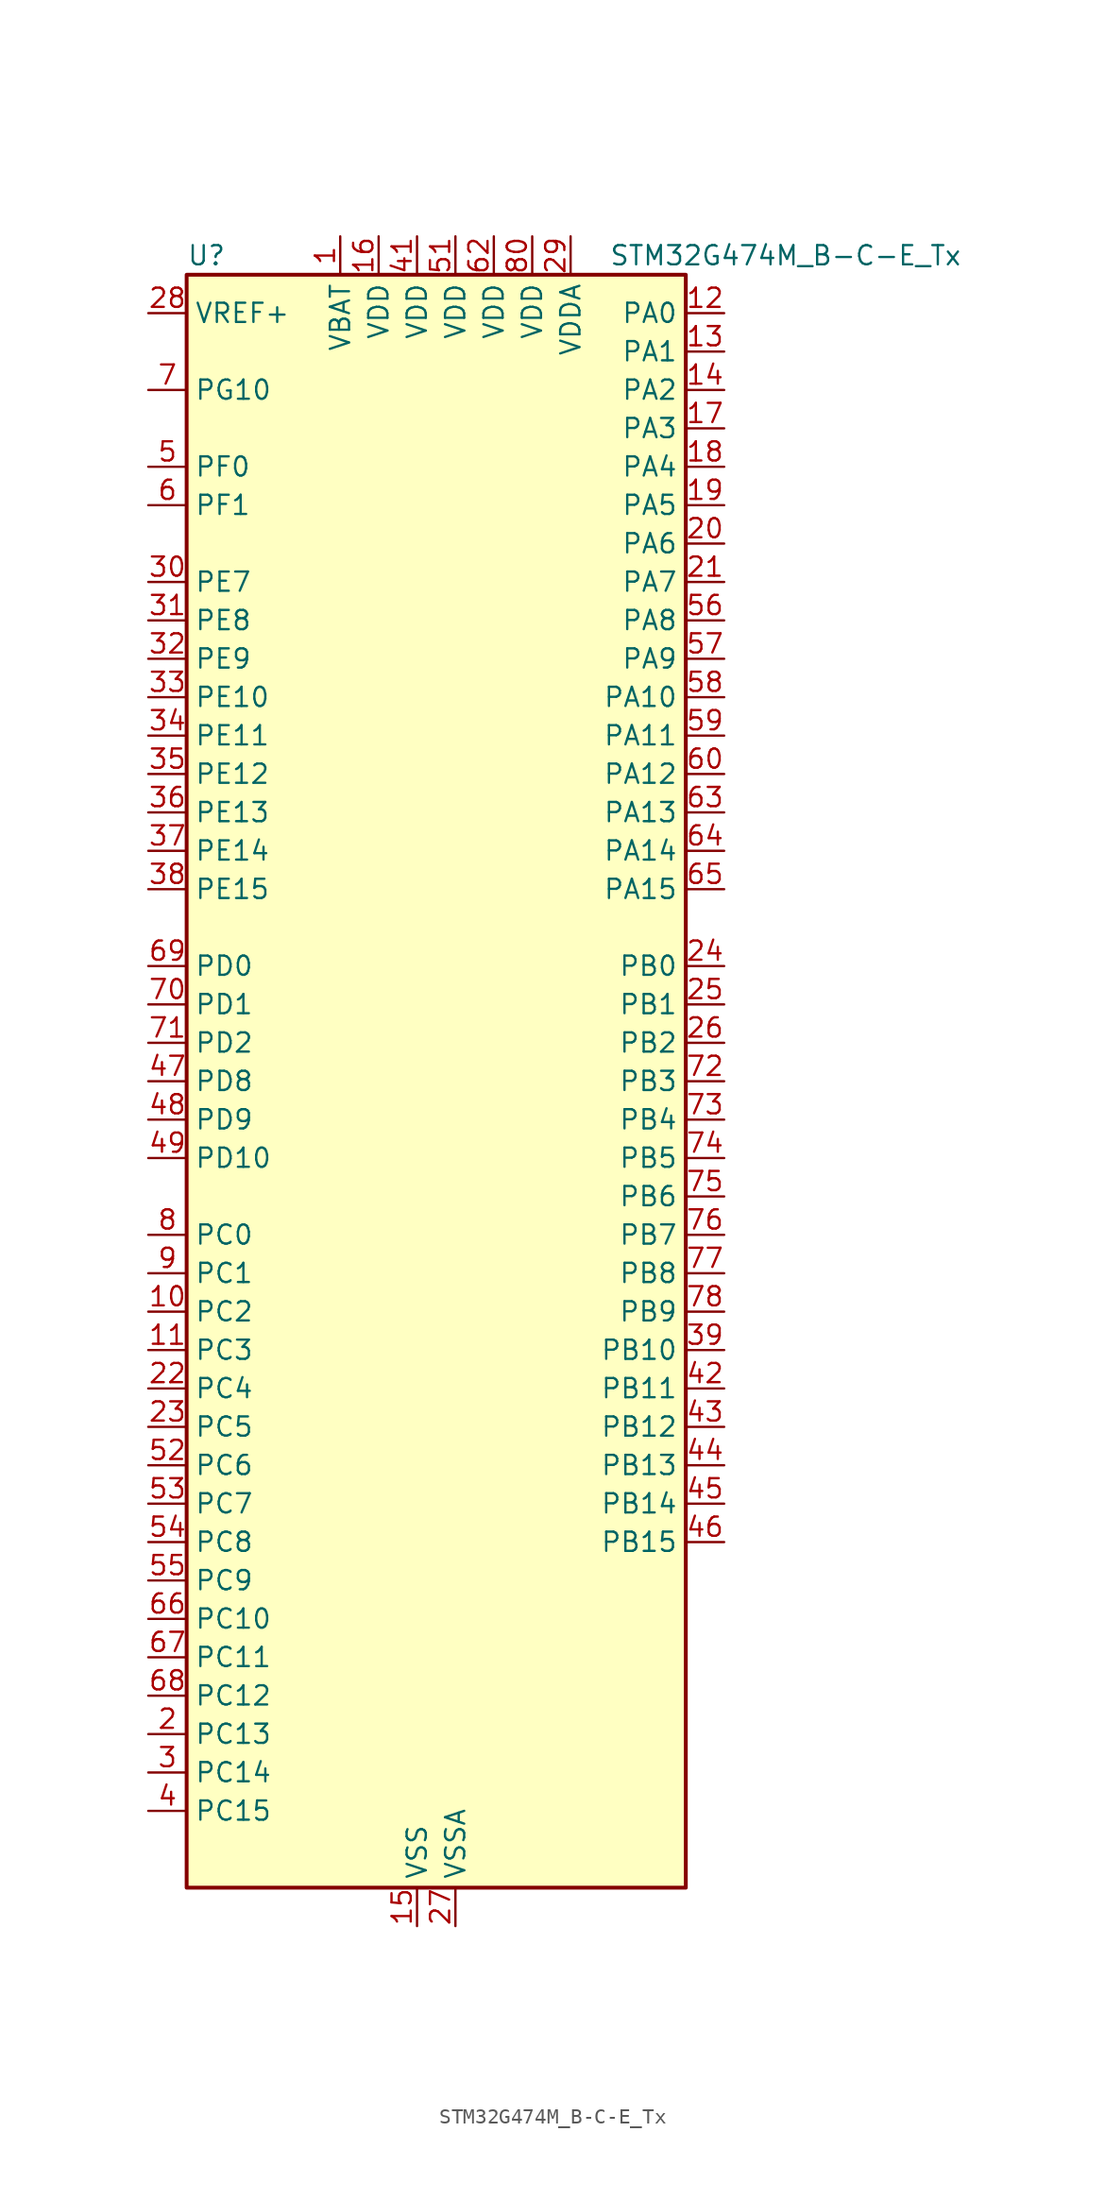
<source format=kicad_sym>
(kicad_symbol_lib
  (version 20220914)
  (generator kicad_symbol_editor)
  (symbol "STM32G474M_B-C-E_Tx"
    (property "Reference" "U"
      (at -15.24 54.61 0)
      (effects (font (size 1.27 1.27)) (justify left)))
    (property "Value" "STM32G474M_B-C-E_Tx"
      (at 12.7 54.61 0)
      (effects (font (size 1.27 1.27)) (justify left)))
    (property "ki_locked" ""
      (at 0 0 0)
      (effects (font (size 1.27 1.27))))
    (symbol "STM32G474M_B-C-E_Tx_0_1"
      (rectangle (start -15.24 -53.34) (end 17.78 53.34) (stroke (width 0.254) (type default)) (fill (type background))))
    (symbol "STM32G474M_B-C-E_Tx_1_1"
      (pin power_in line (at -5.08 55.88 270) (length 2.54) (name "VBAT" (effects (font (size 1.27 1.27)))) (number "1" (effects (font (size 1.27 1.27)))))
      (pin bidirectional line (at -17.78 -15.24 0) (length 2.54) (name "PC2" (effects (font (size 1.27 1.27)))) (number "10" (effects (font (size 1.27 1.27)))) (alternate "ADC1_IN8" bidirectional line) (alternate "ADC2_IN8" bidirectional line) (alternate "ADC3_EXTI2" bidirectional line) (alternate "ADC4_EXTI2" bidirectional line) (alternate "ADC5_EXTI2" bidirectional line) (alternate "COMP3_OUT" bidirectional line) (alternate "LPTIM1_IN2" bidirectional line) (alternate "QUADSPI1_BK2_IO1" bidirectional line) (alternate "TIM1_CH3" bidirectional line) (alternate "TIM20_CH2" bidirectional line))
      (pin bidirectional line (at -17.78 -17.78 0) (length 2.54) (name "PC3" (effects (font (size 1.27 1.27)))) (number "11" (effects (font (size 1.27 1.27)))) (alternate "ADC1_IN9" bidirectional line) (alternate "ADC2_IN9" bidirectional line) (alternate "ADC3_EXTI3" bidirectional line) (alternate "ADC4_EXTI3" bidirectional line) (alternate "ADC5_EXTI3" bidirectional line) (alternate "LPTIM1_ETR" bidirectional line) (alternate "OPAMP5_VINP" bidirectional line) (alternate "OPAMP5_VINP_SEC" bidirectional line) (alternate "QUADSPI1_BK2_IO2" bidirectional line) (alternate "SAI1_D1" bidirectional line) (alternate "SAI1_SD_A" bidirectional line) (alternate "TIM1_BKIN2" bidirectional line) (alternate "TIM1_CH4" bidirectional line))
      (pin bidirectional line (at 20.32 50.8 180) (length 2.54) (name "PA0" (effects (font (size 1.27 1.27)))) (number "12" (effects (font (size 1.27 1.27)))) (alternate "ADC1_IN1" bidirectional line) (alternate "ADC2_IN1" bidirectional line) (alternate "COMP1_INM" bidirectional line) (alternate "COMP1_OUT" bidirectional line) (alternate "COMP3_INP" bidirectional line) (alternate "RTC_TAMP2" bidirectional line) (alternate "SYS_WKUP1" bidirectional line) (alternate "TIM2_CH1" bidirectional line) (alternate "TIM2_ETR" bidirectional line) (alternate "TIM5_CH1" bidirectional line) (alternate "TIM8_BKIN" bidirectional line) (alternate "TIM8_ETR" bidirectional line) (alternate "USART2_CTS" bidirectional line) (alternate "USART2_NSS" bidirectional line))
      (pin bidirectional line (at 20.32 48.26 180) (length 2.54) (name "PA1" (effects (font (size 1.27 1.27)))) (number "13" (effects (font (size 1.27 1.27)))) (alternate "ADC1_IN2" bidirectional line) (alternate "ADC2_IN2" bidirectional line) (alternate "COMP1_INP" bidirectional line) (alternate "OPAMP1_VINP" bidirectional line) (alternate "OPAMP1_VINP_SEC" bidirectional line) (alternate "OPAMP3_VINP" bidirectional line) (alternate "OPAMP3_VINP_SEC" bidirectional line) (alternate "OPAMP6_VINM" bidirectional line) (alternate "OPAMP6_VINM0" bidirectional line) (alternate "OPAMP6_VINM_SEC" bidirectional line) (alternate "RTC_REFIN" bidirectional line) (alternate "TIM15_CH1N" bidirectional line) (alternate "TIM2_CH2" bidirectional line) (alternate "TIM5_CH2" bidirectional line) (alternate "USART2_DE" bidirectional line) (alternate "USART2_RTS" bidirectional line))
      (pin bidirectional line (at 20.32 45.72 180) (length 2.54) (name "PA2" (effects (font (size 1.27 1.27)))) (number "14" (effects (font (size 1.27 1.27)))) (alternate "ADC1_IN3" bidirectional line) (alternate "ADC3_EXTI2" bidirectional line) (alternate "ADC4_EXTI2" bidirectional line) (alternate "ADC5_EXTI2" bidirectional line) (alternate "COMP2_INM" bidirectional line) (alternate "COMP2_OUT" bidirectional line) (alternate "LPUART1_TX" bidirectional line) (alternate "OPAMP1_VOUT" bidirectional line) (alternate "QUADSPI1_BK1_NCS" bidirectional line) (alternate "RCC_LSCO" bidirectional line) (alternate "SYS_WKUP4" bidirectional line) (alternate "TIM15_CH1" bidirectional line) (alternate "TIM2_CH3" bidirectional line) (alternate "TIM5_CH3" bidirectional line) (alternate "UCPD1_FRSTX1" bidirectional line) (alternate "UCPD1_FRSTX2" bidirectional line) (alternate "USART2_TX" bidirectional line))
      (pin power_in line (at 0 -55.88 90) (length 2.54) (name "VSS" (effects (font (size 1.27 1.27)))) (number "15" (effects (font (size 1.27 1.27)))))
      (pin power_in line (at -2.54 55.88 270) (length 2.54) (name "VDD" (effects (font (size 1.27 1.27)))) (number "16" (effects (font (size 1.27 1.27)))))
      (pin bidirectional line (at 20.32 43.18 180) (length 2.54) (name "PA3" (effects (font (size 1.27 1.27)))) (number "17" (effects (font (size 1.27 1.27)))) (alternate "ADC1_IN4" bidirectional line) (alternate "ADC3_EXTI3" bidirectional line) (alternate "ADC4_EXTI3" bidirectional line) (alternate "ADC5_EXTI3" bidirectional line) (alternate "COMP2_INP" bidirectional line) (alternate "LPUART1_RX" bidirectional line) (alternate "OPAMP1_VINM" bidirectional line) (alternate "OPAMP1_VINM0" bidirectional line) (alternate "OPAMP1_VINM_SEC" bidirectional line) (alternate "OPAMP1_VINP" bidirectional line) (alternate "OPAMP1_VINP_SEC" bidirectional line) (alternate "OPAMP5_VINM" bidirectional line) (alternate "OPAMP5_VINM1" bidirectional line) (alternate "OPAMP5_VINM_SEC" bidirectional line) (alternate "QUADSPI1_CLK" bidirectional line) (alternate "SAI1_CK1" bidirectional line) (alternate "SAI1_MCLK_A" bidirectional line) (alternate "TIM15_CH2" bidirectional line) (alternate "TIM2_CH4" bidirectional line) (alternate "TIM5_CH4" bidirectional line) (alternate "USART2_RX" bidirectional line))
      (pin bidirectional line (at 20.32 40.64 180) (length 2.54) (name "PA4" (effects (font (size 1.27 1.27)))) (number "18" (effects (font (size 1.27 1.27)))) (alternate "ADC2_IN17" bidirectional line) (alternate "COMP1_INM" bidirectional line) (alternate "DAC1_OUT1" bidirectional line) (alternate "I2S3_WS" bidirectional line) (alternate "SAI1_FS_B" bidirectional line) (alternate "SPI1_NSS" bidirectional line) (alternate "SPI3_NSS" bidirectional line) (alternate "TIM3_CH2" bidirectional line) (alternate "USART2_CK" bidirectional line))
      (pin bidirectional line (at 20.32 38.1 180) (length 2.54) (name "PA5" (effects (font (size 1.27 1.27)))) (number "19" (effects (font (size 1.27 1.27)))) (alternate "ADC2_IN13" bidirectional line) (alternate "COMP2_INM" bidirectional line) (alternate "DAC1_OUT2" bidirectional line) (alternate "OPAMP2_VINM" bidirectional line) (alternate "OPAMP2_VINM0" bidirectional line) (alternate "OPAMP2_VINM_SEC" bidirectional line) (alternate "SPI1_SCK" bidirectional line) (alternate "TIM2_CH1" bidirectional line) (alternate "TIM2_ETR" bidirectional line) (alternate "UCPD1_FRSTX1" bidirectional line) (alternate "UCPD1_FRSTX2" bidirectional line))
      (pin bidirectional line (at -17.78 -43.18 0) (length 2.54) (name "PC13" (effects (font (size 1.27 1.27)))) (number "2" (effects (font (size 1.27 1.27)))) (alternate "RTC_OUT1" bidirectional line) (alternate "RTC_TAMP1" bidirectional line) (alternate "RTC_TS" bidirectional line) (alternate "SYS_WKUP2" bidirectional line) (alternate "TIM1_BKIN" bidirectional line) (alternate "TIM1_CH1N" bidirectional line) (alternate "TIM8_CH4N" bidirectional line))
      (pin bidirectional line (at 20.32 35.56 180) (length 2.54) (name "PA6" (effects (font (size 1.27 1.27)))) (number "20" (effects (font (size 1.27 1.27)))) (alternate "ADC2_IN3" bidirectional line) (alternate "COMP1_OUT" bidirectional line) (alternate "DAC2_OUT1" bidirectional line) (alternate "LPUART1_CTS" bidirectional line) (alternate "OPAMP2_VOUT" bidirectional line) (alternate "QUADSPI1_BK1_IO3" bidirectional line) (alternate "SPI1_MISO" bidirectional line) (alternate "TIM16_CH1" bidirectional line) (alternate "TIM1_BKIN" bidirectional line) (alternate "TIM3_CH1" bidirectional line) (alternate "TIM8_BKIN" bidirectional line))
      (pin bidirectional line (at 20.32 33.02 180) (length 2.54) (name "PA7" (effects (font (size 1.27 1.27)))) (number "21" (effects (font (size 1.27 1.27)))) (alternate "ADC2_IN4" bidirectional line) (alternate "COMP2_INP" bidirectional line) (alternate "COMP2_OUT" bidirectional line) (alternate "OPAMP1_VINP" bidirectional line) (alternate "OPAMP1_VINP_SEC" bidirectional line) (alternate "OPAMP2_VINP" bidirectional line) (alternate "OPAMP2_VINP_SEC" bidirectional line) (alternate "QUADSPI1_BK1_IO2" bidirectional line) (alternate "SPI1_MOSI" bidirectional line) (alternate "TIM17_CH1" bidirectional line) (alternate "TIM1_CH1N" bidirectional line) (alternate "TIM3_CH2" bidirectional line) (alternate "TIM8_CH1N" bidirectional line) (alternate "UCPD1_FRSTX1" bidirectional line) (alternate "UCPD1_FRSTX2" bidirectional line))
      (pin bidirectional line (at -17.78 -20.32 0) (length 2.54) (name "PC4" (effects (font (size 1.27 1.27)))) (number "22" (effects (font (size 1.27 1.27)))) (alternate "ADC2_IN5" bidirectional line) (alternate "I2C2_SCL" bidirectional line) (alternate "QUADSPI1_BK2_IO3" bidirectional line) (alternate "TIM1_ETR" bidirectional line) (alternate "USART1_TX" bidirectional line))
      (pin bidirectional line (at -17.78 -22.86 0) (length 2.54) (name "PC5" (effects (font (size 1.27 1.27)))) (number "23" (effects (font (size 1.27 1.27)))) (alternate "ADC2_IN11" bidirectional line) (alternate "HRTIM1_EEV10" bidirectional line) (alternate "OPAMP1_VINM" bidirectional line) (alternate "OPAMP1_VINM1" bidirectional line) (alternate "OPAMP1_VINM_SEC" bidirectional line) (alternate "OPAMP2_VINM" bidirectional line) (alternate "OPAMP2_VINM1" bidirectional line) (alternate "OPAMP2_VINM_SEC" bidirectional line) (alternate "SAI1_D3" bidirectional line) (alternate "SYS_WKUP5" bidirectional line) (alternate "TIM15_BKIN" bidirectional line) (alternate "TIM1_CH4N" bidirectional line) (alternate "USART1_RX" bidirectional line))
      (pin bidirectional line (at 20.32 7.62 180) (length 2.54) (name "PB0" (effects (font (size 1.27 1.27)))) (number "24" (effects (font (size 1.27 1.27)))) (alternate "ADC1_IN15" bidirectional line) (alternate "ADC3_IN12" bidirectional line) (alternate "COMP4_INP" bidirectional line) (alternate "HRTIM1_FLT5" bidirectional line) (alternate "OPAMP2_VINP" bidirectional line) (alternate "OPAMP2_VINP_SEC" bidirectional line) (alternate "OPAMP3_VINP" bidirectional line) (alternate "OPAMP3_VINP_SEC" bidirectional line) (alternate "QUADSPI1_BK1_IO1" bidirectional line) (alternate "TIM1_CH2N" bidirectional line) (alternate "TIM3_CH3" bidirectional line) (alternate "TIM8_CH2N" bidirectional line) (alternate "UCPD1_FRSTX1" bidirectional line) (alternate "UCPD1_FRSTX2" bidirectional line))
      (pin bidirectional line (at 20.32 5.08 180) (length 2.54) (name "PB1" (effects (font (size 1.27 1.27)))) (number "25" (effects (font (size 1.27 1.27)))) (alternate "ADC1_IN12" bidirectional line) (alternate "ADC3_IN1" bidirectional line) (alternate "COMP1_INP" bidirectional line) (alternate "COMP4_OUT" bidirectional line) (alternate "HRTIM1_SCOUT" bidirectional line) (alternate "LPUART1_DE" bidirectional line) (alternate "LPUART1_RTS" bidirectional line) (alternate "OPAMP3_VOUT" bidirectional line) (alternate "OPAMP6_VINM" bidirectional line) (alternate "OPAMP6_VINM1" bidirectional line) (alternate "OPAMP6_VINM_SEC" bidirectional line) (alternate "QUADSPI1_BK1_IO0" bidirectional line) (alternate "TIM1_CH3N" bidirectional line) (alternate "TIM3_CH4" bidirectional line) (alternate "TIM8_CH3N" bidirectional line))
      (pin bidirectional line (at 20.32 2.54 180) (length 2.54) (name "PB2" (effects (font (size 1.27 1.27)))) (number "26" (effects (font (size 1.27 1.27)))) (alternate "ADC2_IN12" bidirectional line) (alternate "ADC3_EXTI2" bidirectional line) (alternate "ADC4_EXTI2" bidirectional line) (alternate "ADC5_EXTI2" bidirectional line) (alternate "COMP4_INM" bidirectional line) (alternate "HRTIM1_SCIN" bidirectional line) (alternate "I2C3_SMBA" bidirectional line) (alternate "LPTIM1_OUT" bidirectional line) (alternate "OPAMP3_VINM" bidirectional line) (alternate "OPAMP3_VINM0" bidirectional line) (alternate "OPAMP3_VINM_SEC" bidirectional line) (alternate "QUADSPI1_BK2_IO1" bidirectional line) (alternate "RTC_OUT2" bidirectional line) (alternate "TIM20_CH1" bidirectional line) (alternate "TIM5_CH1" bidirectional line))
      (pin power_in line (at 2.54 -55.88 90) (length 2.54) (name "VSSA" (effects (font (size 1.27 1.27)))) (number "27" (effects (font (size 1.27 1.27)))))
      (pin input line (at -17.78 50.8 0) (length 2.54) (name "VREF+" (effects (font (size 1.27 1.27)))) (number "28" (effects (font (size 1.27 1.27)))) (alternate "VREFBUF_OUT" bidirectional line))
      (pin power_in line (at 10.16 55.88 270) (length 2.54) (name "VDDA" (effects (font (size 1.27 1.27)))) (number "29" (effects (font (size 1.27 1.27)))))
      (pin bidirectional line (at -17.78 -45.72 0) (length 2.54) (name "PC14" (effects (font (size 1.27 1.27)))) (number "3" (effects (font (size 1.27 1.27)))) (alternate "RCC_OSC32_IN" bidirectional line))
      (pin bidirectional line (at -17.78 33.02 0) (length 2.54) (name "PE7" (effects (font (size 1.27 1.27)))) (number "30" (effects (font (size 1.27 1.27)))) (alternate "ADC3_IN4" bidirectional line) (alternate "COMP4_INP" bidirectional line) (alternate "SAI1_SD_B" bidirectional line) (alternate "TIM1_ETR" bidirectional line))
      (pin bidirectional line (at -17.78 30.48 0) (length 2.54) (name "PE8" (effects (font (size 1.27 1.27)))) (number "31" (effects (font (size 1.27 1.27)))) (alternate "ADC3_IN6" bidirectional line) (alternate "ADC4_IN6" bidirectional line) (alternate "ADC5_IN6" bidirectional line) (alternate "COMP4_INM" bidirectional line) (alternate "SAI1_SCK_B" bidirectional line) (alternate "TIM1_CH1N" bidirectional line) (alternate "TIM5_CH3" bidirectional line))
      (pin bidirectional line (at -17.78 27.94 0) (length 2.54) (name "PE9" (effects (font (size 1.27 1.27)))) (number "32" (effects (font (size 1.27 1.27)))) (alternate "ADC3_IN2" bidirectional line) (alternate "DAC1_EXTI9" bidirectional line) (alternate "DAC2_EXTI9" bidirectional line) (alternate "DAC3_EXTI9" bidirectional line) (alternate "DAC4_EXTI9" bidirectional line) (alternate "SAI1_FS_B" bidirectional line) (alternate "TIM1_CH1" bidirectional line) (alternate "TIM5_CH4" bidirectional line))
      (pin bidirectional line (at -17.78 25.4 0) (length 2.54) (name "PE10" (effects (font (size 1.27 1.27)))) (number "33" (effects (font (size 1.27 1.27)))) (alternate "ADC3_IN14" bidirectional line) (alternate "ADC4_IN14" bidirectional line) (alternate "ADC5_IN14" bidirectional line) (alternate "DAC1_EXTI10" bidirectional line) (alternate "DAC2_EXTI10" bidirectional line) (alternate "DAC3_EXTI10" bidirectional line) (alternate "DAC4_EXTI10" bidirectional line) (alternate "QUADSPI1_CLK" bidirectional line) (alternate "SAI1_MCLK_B" bidirectional line) (alternate "TIM1_CH2N" bidirectional line))
      (pin bidirectional line (at -17.78 22.86 0) (length 2.54) (name "PE11" (effects (font (size 1.27 1.27)))) (number "34" (effects (font (size 1.27 1.27)))) (alternate "ADC1_EXTI11" bidirectional line) (alternate "ADC2_EXTI11" bidirectional line) (alternate "ADC3_IN15" bidirectional line) (alternate "ADC4_IN15" bidirectional line) (alternate "ADC5_IN15" bidirectional line) (alternate "QUADSPI1_BK1_NCS" bidirectional line) (alternate "SPI4_NSS" bidirectional line) (alternate "TIM1_CH2" bidirectional line))
      (pin bidirectional line (at -17.78 20.32 0) (length 2.54) (name "PE12" (effects (font (size 1.27 1.27)))) (number "35" (effects (font (size 1.27 1.27)))) (alternate "ADC3_IN16" bidirectional line) (alternate "ADC4_IN16" bidirectional line) (alternate "ADC5_IN16" bidirectional line) (alternate "QUADSPI1_BK1_IO0" bidirectional line) (alternate "SPI4_SCK" bidirectional line) (alternate "TIM1_CH3N" bidirectional line))
      (pin bidirectional line (at -17.78 17.78 0) (length 2.54) (name "PE13" (effects (font (size 1.27 1.27)))) (number "36" (effects (font (size 1.27 1.27)))) (alternate "ADC3_IN3" bidirectional line) (alternate "QUADSPI1_BK1_IO1" bidirectional line) (alternate "SPI4_MISO" bidirectional line) (alternate "TIM1_CH3" bidirectional line))
      (pin bidirectional line (at -17.78 15.24 0) (length 2.54) (name "PE14" (effects (font (size 1.27 1.27)))) (number "37" (effects (font (size 1.27 1.27)))) (alternate "ADC4_IN1" bidirectional line) (alternate "QUADSPI1_BK1_IO2" bidirectional line) (alternate "SPI4_MOSI" bidirectional line) (alternate "TIM1_BKIN2" bidirectional line) (alternate "TIM1_CH4" bidirectional line))
      (pin bidirectional line (at -17.78 12.7 0) (length 2.54) (name "PE15" (effects (font (size 1.27 1.27)))) (number "38" (effects (font (size 1.27 1.27)))) (alternate "ADC1_EXTI15" bidirectional line) (alternate "ADC2_EXTI15" bidirectional line) (alternate "ADC4_IN2" bidirectional line) (alternate "QUADSPI1_BK1_IO3" bidirectional line) (alternate "TIM1_BKIN" bidirectional line) (alternate "TIM1_CH4N" bidirectional line) (alternate "USART3_RX" bidirectional line))
      (pin bidirectional line (at 20.32 -17.78 180) (length 2.54) (name "PB10" (effects (font (size 1.27 1.27)))) (number "39" (effects (font (size 1.27 1.27)))) (alternate "COMP5_INM" bidirectional line) (alternate "DAC1_EXTI10" bidirectional line) (alternate "DAC2_EXTI10" bidirectional line) (alternate "DAC3_EXTI10" bidirectional line) (alternate "DAC4_EXTI10" bidirectional line) (alternate "HRTIM1_FLT3" bidirectional line) (alternate "LPUART1_RX" bidirectional line) (alternate "OPAMP3_VINM" bidirectional line) (alternate "OPAMP3_VINM1" bidirectional line) (alternate "OPAMP3_VINM_SEC" bidirectional line) (alternate "OPAMP4_VINM" bidirectional line) (alternate "OPAMP4_VINM0" bidirectional line) (alternate "OPAMP4_VINM_SEC" bidirectional line) (alternate "QUADSPI1_CLK" bidirectional line) (alternate "SAI1_SCK_A" bidirectional line) (alternate "TIM1_BKIN" bidirectional line) (alternate "TIM2_CH3" bidirectional line) (alternate "USART3_TX" bidirectional line))
      (pin bidirectional line (at -17.78 -48.26 0) (length 2.54) (name "PC15" (effects (font (size 1.27 1.27)))) (number "4" (effects (font (size 1.27 1.27)))) (alternate "ADC1_EXTI15" bidirectional line) (alternate "ADC2_EXTI15" bidirectional line) (alternate "RCC_OSC32_OUT" bidirectional line))
      (pin passive line (at 0 -55.88 90) (length 2.54) hide (name "VSS" (effects (font (size 1.27 1.27)))) (number "40" (effects (font (size 1.27 1.27)))))
      (pin power_in line (at 0 55.88 270) (length 2.54) (name "VDD" (effects (font (size 1.27 1.27)))) (number "41" (effects (font (size 1.27 1.27)))))
      (pin bidirectional line (at 20.32 -20.32 180) (length 2.54) (name "PB11" (effects (font (size 1.27 1.27)))) (number "42" (effects (font (size 1.27 1.27)))) (alternate "ADC1_EXTI11" bidirectional line) (alternate "ADC1_IN14" bidirectional line) (alternate "ADC2_EXTI11" bidirectional line) (alternate "ADC2_IN14" bidirectional line) (alternate "COMP6_INP" bidirectional line) (alternate "HRTIM1_FLT4" bidirectional line) (alternate "LPUART1_TX" bidirectional line) (alternate "OPAMP4_VINP" bidirectional line) (alternate "OPAMP4_VINP_SEC" bidirectional line) (alternate "OPAMP6_VOUT" bidirectional line) (alternate "QUADSPI1_BK1_NCS" bidirectional line) (alternate "TIM2_CH4" bidirectional line) (alternate "USART3_RX" bidirectional line))
      (pin bidirectional line (at 20.32 -22.86 180) (length 2.54) (name "PB12" (effects (font (size 1.27 1.27)))) (number "43" (effects (font (size 1.27 1.27)))) (alternate "ADC1_IN11" bidirectional line) (alternate "ADC4_IN3" bidirectional line) (alternate "COMP7_INM" bidirectional line) (alternate "FDCAN2_RX" bidirectional line) (alternate "HRTIM1_CHC1" bidirectional line) (alternate "I2C2_SMBA" bidirectional line) (alternate "I2S2_WS" bidirectional line) (alternate "LPUART1_DE" bidirectional line) (alternate "LPUART1_RTS" bidirectional line) (alternate "OPAMP4_VOUT" bidirectional line) (alternate "OPAMP6_VINP" bidirectional line) (alternate "OPAMP6_VINP_SEC" bidirectional line) (alternate "SPI2_NSS" bidirectional line) (alternate "TIM1_BKIN" bidirectional line) (alternate "TIM5_ETR" bidirectional line) (alternate "USART3_CK" bidirectional line))
      (pin bidirectional line (at 20.32 -25.4 180) (length 2.54) (name "PB13" (effects (font (size 1.27 1.27)))) (number "44" (effects (font (size 1.27 1.27)))) (alternate "ADC3_IN5" bidirectional line) (alternate "COMP5_INP" bidirectional line) (alternate "FDCAN2_TX" bidirectional line) (alternate "HRTIM1_CHC2" bidirectional line) (alternate "I2S2_CK" bidirectional line) (alternate "LPUART1_CTS" bidirectional line) (alternate "OPAMP3_VINP" bidirectional line) (alternate "OPAMP3_VINP_SEC" bidirectional line) (alternate "OPAMP4_VINP" bidirectional line) (alternate "OPAMP4_VINP_SEC" bidirectional line) (alternate "OPAMP6_VINP" bidirectional line) (alternate "OPAMP6_VINP_SEC" bidirectional line) (alternate "SPI2_SCK" bidirectional line) (alternate "TIM1_CH1N" bidirectional line) (alternate "USART3_CTS" bidirectional line) (alternate "USART3_NSS" bidirectional line))
      (pin bidirectional line (at 20.32 -27.94 180) (length 2.54) (name "PB14" (effects (font (size 1.27 1.27)))) (number "45" (effects (font (size 1.27 1.27)))) (alternate "ADC1_IN5" bidirectional line) (alternate "ADC4_IN4" bidirectional line) (alternate "COMP4_OUT" bidirectional line) (alternate "COMP7_INP" bidirectional line) (alternate "HRTIM1_CHD1" bidirectional line) (alternate "OPAMP2_VINP" bidirectional line) (alternate "OPAMP2_VINP_SEC" bidirectional line) (alternate "OPAMP5_VINP" bidirectional line) (alternate "OPAMP5_VINP_SEC" bidirectional line) (alternate "SPI2_MISO" bidirectional line) (alternate "TIM15_CH1" bidirectional line) (alternate "TIM1_CH2N" bidirectional line) (alternate "USART3_DE" bidirectional line) (alternate "USART3_RTS" bidirectional line))
      (pin bidirectional line (at 20.32 -30.48 180) (length 2.54) (name "PB15" (effects (font (size 1.27 1.27)))) (number "46" (effects (font (size 1.27 1.27)))) (alternate "ADC1_EXTI15" bidirectional line) (alternate "ADC2_EXTI15" bidirectional line) (alternate "ADC2_IN15" bidirectional line) (alternate "ADC4_IN5" bidirectional line) (alternate "COMP3_OUT" bidirectional line) (alternate "COMP6_INM" bidirectional line) (alternate "HRTIM1_CHD2" bidirectional line) (alternate "I2S2_SD" bidirectional line) (alternate "OPAMP5_VINM" bidirectional line) (alternate "OPAMP5_VINM0" bidirectional line) (alternate "OPAMP5_VINM_SEC" bidirectional line) (alternate "RTC_REFIN" bidirectional line) (alternate "SPI2_MOSI" bidirectional line) (alternate "TIM15_CH1N" bidirectional line) (alternate "TIM15_CH2" bidirectional line) (alternate "TIM1_CH3N" bidirectional line))
      (pin bidirectional line (at -17.78 0 0) (length 2.54) (name "PD8" (effects (font (size 1.27 1.27)))) (number "47" (effects (font (size 1.27 1.27)))) (alternate "ADC4_IN12" bidirectional line) (alternate "ADC5_IN12" bidirectional line) (alternate "OPAMP4_VINM" bidirectional line) (alternate "OPAMP4_VINM1" bidirectional line) (alternate "OPAMP4_VINM_SEC" bidirectional line) (alternate "USART3_TX" bidirectional line))
      (pin bidirectional line (at -17.78 -2.54 0) (length 2.54) (name "PD9" (effects (font (size 1.27 1.27)))) (number "48" (effects (font (size 1.27 1.27)))) (alternate "ADC4_IN13" bidirectional line) (alternate "ADC5_IN13" bidirectional line) (alternate "DAC1_EXTI9" bidirectional line) (alternate "DAC2_EXTI9" bidirectional line) (alternate "DAC3_EXTI9" bidirectional line) (alternate "DAC4_EXTI9" bidirectional line) (alternate "OPAMP6_VINP" bidirectional line) (alternate "OPAMP6_VINP_SEC" bidirectional line) (alternate "USART3_RX" bidirectional line))
      (pin bidirectional line (at -17.78 -5.08 0) (length 2.54) (name "PD10" (effects (font (size 1.27 1.27)))) (number "49" (effects (font (size 1.27 1.27)))) (alternate "ADC3_IN7" bidirectional line) (alternate "ADC4_IN7" bidirectional line) (alternate "ADC5_IN7" bidirectional line) (alternate "COMP6_INM" bidirectional line) (alternate "DAC1_EXTI10" bidirectional line) (alternate "DAC2_EXTI10" bidirectional line) (alternate "DAC3_EXTI10" bidirectional line) (alternate "DAC4_EXTI10" bidirectional line) (alternate "USART3_CK" bidirectional line))
      (pin bidirectional line (at -17.78 40.64 0) (length 2.54) (name "PF0" (effects (font (size 1.27 1.27)))) (number "5" (effects (font (size 1.27 1.27)))) (alternate "ADC1_IN10" bidirectional line) (alternate "I2C2_SDA" bidirectional line) (alternate "I2S2_WS" bidirectional line) (alternate "RCC_OSC_IN" bidirectional line) (alternate "SPI2_NSS" bidirectional line) (alternate "TIM1_CH3N" bidirectional line))
      (pin passive line (at 0 -55.88 90) (length 2.54) hide (name "VSS" (effects (font (size 1.27 1.27)))) (number "50" (effects (font (size 1.27 1.27)))))
      (pin power_in line (at 2.54 55.88 270) (length 2.54) (name "VDD" (effects (font (size 1.27 1.27)))) (number "51" (effects (font (size 1.27 1.27)))))
      (pin bidirectional line (at -17.78 -25.4 0) (length 2.54) (name "PC6" (effects (font (size 1.27 1.27)))) (number "52" (effects (font (size 1.27 1.27)))) (alternate "COMP6_OUT" bidirectional line) (alternate "HRTIM1_CHF1" bidirectional line) (alternate "HRTIM1_EEV10" bidirectional line) (alternate "I2C4_SCL" bidirectional line) (alternate "I2S2_MCK" bidirectional line) (alternate "TIM3_CH1" bidirectional line) (alternate "TIM8_CH1" bidirectional line))
      (pin bidirectional line (at -17.78 -27.94 0) (length 2.54) (name "PC7" (effects (font (size 1.27 1.27)))) (number "53" (effects (font (size 1.27 1.27)))) (alternate "COMP5_OUT" bidirectional line) (alternate "HRTIM1_CHF2" bidirectional line) (alternate "HRTIM1_FLT5" bidirectional line) (alternate "I2C4_SDA" bidirectional line) (alternate "I2S3_MCK" bidirectional line) (alternate "TIM3_CH2" bidirectional line) (alternate "TIM8_CH2" bidirectional line))
      (pin bidirectional line (at -17.78 -30.48 0) (length 2.54) (name "PC8" (effects (font (size 1.27 1.27)))) (number "54" (effects (font (size 1.27 1.27)))) (alternate "COMP7_OUT" bidirectional line) (alternate "HRTIM1_CHE1" bidirectional line) (alternate "I2C3_SCL" bidirectional line) (alternate "TIM20_CH3" bidirectional line) (alternate "TIM3_CH3" bidirectional line) (alternate "TIM8_CH3" bidirectional line))
      (pin bidirectional line (at -17.78 -33.02 0) (length 2.54) (name "PC9" (effects (font (size 1.27 1.27)))) (number "55" (effects (font (size 1.27 1.27)))) (alternate "DAC1_EXTI9" bidirectional line) (alternate "DAC2_EXTI9" bidirectional line) (alternate "DAC3_EXTI9" bidirectional line) (alternate "DAC4_EXTI9" bidirectional line) (alternate "HRTIM1_CHE2" bidirectional line) (alternate "I2C3_SDA" bidirectional line) (alternate "I2S_CKIN" bidirectional line) (alternate "TIM3_CH4" bidirectional line) (alternate "TIM8_BKIN2" bidirectional line) (alternate "TIM8_CH4" bidirectional line))
      (pin bidirectional line (at 20.32 30.48 180) (length 2.54) (name "PA8" (effects (font (size 1.27 1.27)))) (number "56" (effects (font (size 1.27 1.27)))) (alternate "ADC5_IN1" bidirectional line) (alternate "COMP7_OUT" bidirectional line) (alternate "FDCAN3_RX" bidirectional line) (alternate "HRTIM1_CHA1" bidirectional line) (alternate "I2C2_SDA" bidirectional line) (alternate "I2C3_SCL" bidirectional line) (alternate "I2S2_MCK" bidirectional line) (alternate "OPAMP5_VOUT" bidirectional line) (alternate "RCC_MCO" bidirectional line) (alternate "SAI1_CK2" bidirectional line) (alternate "SAI1_SCK_A" bidirectional line) (alternate "TIM1_CH1" bidirectional line) (alternate "TIM4_ETR" bidirectional line) (alternate "USART1_CK" bidirectional line))
      (pin bidirectional line (at 20.32 27.94 180) (length 2.54) (name "PA9" (effects (font (size 1.27 1.27)))) (number "57" (effects (font (size 1.27 1.27)))) (alternate "ADC5_IN2" bidirectional line) (alternate "COMP5_OUT" bidirectional line) (alternate "DAC1_EXTI9" bidirectional line) (alternate "DAC2_EXTI9" bidirectional line) (alternate "DAC3_EXTI9" bidirectional line) (alternate "DAC4_EXTI9" bidirectional line) (alternate "HRTIM1_CHA2" bidirectional line) (alternate "I2C2_SCL" bidirectional line) (alternate "I2C3_SMBA" bidirectional line) (alternate "I2S3_MCK" bidirectional line) (alternate "SAI1_FS_A" bidirectional line) (alternate "TIM15_BKIN" bidirectional line) (alternate "TIM1_CH2" bidirectional line) (alternate "TIM2_CH3" bidirectional line) (alternate "UCPD1_DBCC1" bidirectional line) (alternate "USART1_TX" bidirectional line))
      (pin bidirectional line (at 20.32 25.4 180) (length 2.54) (name "PA10" (effects (font (size 1.27 1.27)))) (number "58" (effects (font (size 1.27 1.27)))) (alternate "COMP6_OUT" bidirectional line) (alternate "CRS_SYNC" bidirectional line) (alternate "DAC1_EXTI10" bidirectional line) (alternate "DAC2_EXTI10" bidirectional line) (alternate "DAC3_EXTI10" bidirectional line) (alternate "DAC4_EXTI10" bidirectional line) (alternate "HRTIM1_CHB1" bidirectional line) (alternate "I2C2_SMBA" bidirectional line) (alternate "SAI1_D1" bidirectional line) (alternate "SAI1_SD_A" bidirectional line) (alternate "SPI2_MISO" bidirectional line) (alternate "TIM17_BKIN" bidirectional line) (alternate "TIM1_CH3" bidirectional line) (alternate "TIM2_CH4" bidirectional line) (alternate "TIM8_BKIN" bidirectional line) (alternate "UCPD1_DBCC2" bidirectional line) (alternate "USART1_RX" bidirectional line))
      (pin bidirectional line (at 20.32 22.86 180) (length 2.54) (name "PA11" (effects (font (size 1.27 1.27)))) (number "59" (effects (font (size 1.27 1.27)))) (alternate "ADC1_EXTI11" bidirectional line) (alternate "ADC2_EXTI11" bidirectional line) (alternate "COMP1_OUT" bidirectional line) (alternate "FDCAN1_RX" bidirectional line) (alternate "HRTIM1_CHB2" bidirectional line) (alternate "I2S2_SD" bidirectional line) (alternate "SPI2_MOSI" bidirectional line) (alternate "TIM1_BKIN2" bidirectional line) (alternate "TIM1_CH1N" bidirectional line) (alternate "TIM1_CH4" bidirectional line) (alternate "TIM4_CH1" bidirectional line) (alternate "USART1_CTS" bidirectional line) (alternate "USART1_NSS" bidirectional line) (alternate "USB_DM" bidirectional line))
      (pin bidirectional line (at -17.78 38.1 0) (length 2.54) (name "PF1" (effects (font (size 1.27 1.27)))) (number "6" (effects (font (size 1.27 1.27)))) (alternate "ADC2_IN10" bidirectional line) (alternate "COMP3_INM" bidirectional line) (alternate "I2S2_CK" bidirectional line) (alternate "RCC_OSC_OUT" bidirectional line) (alternate "SPI2_SCK" bidirectional line))
      (pin bidirectional line (at 20.32 20.32 180) (length 2.54) (name "PA12" (effects (font (size 1.27 1.27)))) (number "60" (effects (font (size 1.27 1.27)))) (alternate "COMP2_OUT" bidirectional line) (alternate "FDCAN1_TX" bidirectional line) (alternate "HRTIM1_FLT1" bidirectional line) (alternate "I2S_CKIN" bidirectional line) (alternate "TIM16_CH1" bidirectional line) (alternate "TIM1_CH2N" bidirectional line) (alternate "TIM1_ETR" bidirectional line) (alternate "TIM4_CH2" bidirectional line) (alternate "USART1_DE" bidirectional line) (alternate "USART1_RTS" bidirectional line) (alternate "USB_DP" bidirectional line))
      (pin passive line (at 0 -55.88 90) (length 2.54) hide (name "VSS" (effects (font (size 1.27 1.27)))) (number "61" (effects (font (size 1.27 1.27)))))
      (pin power_in line (at 5.08 55.88 270) (length 2.54) (name "VDD" (effects (font (size 1.27 1.27)))) (number "62" (effects (font (size 1.27 1.27)))))
      (pin bidirectional line (at 20.32 17.78 180) (length 2.54) (name "PA13" (effects (font (size 1.27 1.27)))) (number "63" (effects (font (size 1.27 1.27)))) (alternate "I2C1_SCL" bidirectional line) (alternate "I2C4_SCL" bidirectional line) (alternate "IR_OUT" bidirectional line) (alternate "SAI1_SD_B" bidirectional line) (alternate "SYS_JTMS-SWDIO" bidirectional line) (alternate "TIM16_CH1N" bidirectional line) (alternate "TIM4_CH3" bidirectional line) (alternate "USART3_CTS" bidirectional line) (alternate "USART3_NSS" bidirectional line))
      (pin bidirectional line (at 20.32 15.24 180) (length 2.54) (name "PA14" (effects (font (size 1.27 1.27)))) (number "64" (effects (font (size 1.27 1.27)))) (alternate "I2C1_SDA" bidirectional line) (alternate "I2C4_SMBA" bidirectional line) (alternate "LPTIM1_OUT" bidirectional line) (alternate "SAI1_FS_B" bidirectional line) (alternate "SYS_JTCK-SWCLK" bidirectional line) (alternate "TIM1_BKIN" bidirectional line) (alternate "TIM8_CH2" bidirectional line) (alternate "USART2_TX" bidirectional line))
      (pin bidirectional line (at 20.32 12.7 180) (length 2.54) (name "PA15" (effects (font (size 1.27 1.27)))) (number "65" (effects (font (size 1.27 1.27)))) (alternate "ADC1_EXTI15" bidirectional line) (alternate "ADC2_EXTI15" bidirectional line) (alternate "FDCAN3_TX" bidirectional line) (alternate "HRTIM1_FLT2" bidirectional line) (alternate "I2C1_SCL" bidirectional line) (alternate "I2S3_WS" bidirectional line) (alternate "SPI1_NSS" bidirectional line) (alternate "SPI3_NSS" bidirectional line) (alternate "SYS_JTDI" bidirectional line) (alternate "TIM1_BKIN" bidirectional line) (alternate "TIM2_CH1" bidirectional line) (alternate "TIM2_ETR" bidirectional line) (alternate "TIM8_CH1" bidirectional line) (alternate "UART4_DE" bidirectional line) (alternate "UART4_RTS" bidirectional line) (alternate "USART2_RX" bidirectional line))
      (pin bidirectional line (at -17.78 -35.56 0) (length 2.54) (name "PC10" (effects (font (size 1.27 1.27)))) (number "66" (effects (font (size 1.27 1.27)))) (alternate "DAC1_EXTI10" bidirectional line) (alternate "DAC2_EXTI10" bidirectional line) (alternate "DAC3_EXTI10" bidirectional line) (alternate "DAC4_EXTI10" bidirectional line) (alternate "HRTIM1_FLT6" bidirectional line) (alternate "I2S3_CK" bidirectional line) (alternate "SPI3_SCK" bidirectional line) (alternate "TIM8_CH1N" bidirectional line) (alternate "UART4_TX" bidirectional line) (alternate "USART3_TX" bidirectional line))
      (pin bidirectional line (at -17.78 -38.1 0) (length 2.54) (name "PC11" (effects (font (size 1.27 1.27)))) (number "67" (effects (font (size 1.27 1.27)))) (alternate "ADC1_EXTI11" bidirectional line) (alternate "ADC2_EXTI11" bidirectional line) (alternate "HRTIM1_EEV2" bidirectional line) (alternate "I2C3_SDA" bidirectional line) (alternate "SPI3_MISO" bidirectional line) (alternate "TIM8_CH2N" bidirectional line) (alternate "UART4_RX" bidirectional line) (alternate "USART3_RX" bidirectional line))
      (pin bidirectional line (at -17.78 -40.64 0) (length 2.54) (name "PC12" (effects (font (size 1.27 1.27)))) (number "68" (effects (font (size 1.27 1.27)))) (alternate "HRTIM1_EEV1" bidirectional line) (alternate "I2S3_SD" bidirectional line) (alternate "SPI3_MOSI" bidirectional line) (alternate "TIM5_CH2" bidirectional line) (alternate "TIM8_CH3N" bidirectional line) (alternate "UART5_TX" bidirectional line) (alternate "UCPD1_FRSTX1" bidirectional line) (alternate "UCPD1_FRSTX2" bidirectional line) (alternate "USART3_CK" bidirectional line))
      (pin bidirectional line (at -17.78 7.62 0) (length 2.54) (name "PD0" (effects (font (size 1.27 1.27)))) (number "69" (effects (font (size 1.27 1.27)))) (alternate "FDCAN1_RX" bidirectional line) (alternate "TIM8_CH4N" bidirectional line))
      (pin bidirectional line (at -17.78 45.72 0) (length 2.54) (name "PG10" (effects (font (size 1.27 1.27)))) (number "7" (effects (font (size 1.27 1.27)))) (alternate "DAC1_EXTI10" bidirectional line) (alternate "DAC2_EXTI10" bidirectional line) (alternate "DAC3_EXTI10" bidirectional line) (alternate "DAC4_EXTI10" bidirectional line) (alternate "RCC_MCO" bidirectional line))
      (pin bidirectional line (at -17.78 5.08 0) (length 2.54) (name "PD1" (effects (font (size 1.27 1.27)))) (number "70" (effects (font (size 1.27 1.27)))) (alternate "FDCAN1_TX" bidirectional line) (alternate "TIM8_BKIN2" bidirectional line) (alternate "TIM8_CH4" bidirectional line))
      (pin bidirectional line (at -17.78 2.54 0) (length 2.54) (name "PD2" (effects (font (size 1.27 1.27)))) (number "71" (effects (font (size 1.27 1.27)))) (alternate "ADC3_EXTI2" bidirectional line) (alternate "ADC4_EXTI2" bidirectional line) (alternate "ADC5_EXTI2" bidirectional line) (alternate "TIM3_ETR" bidirectional line) (alternate "TIM8_BKIN" bidirectional line) (alternate "UART5_RX" bidirectional line))
      (pin bidirectional line (at 20.32 0 180) (length 2.54) (name "PB3" (effects (font (size 1.27 1.27)))) (number "72" (effects (font (size 1.27 1.27)))) (alternate "ADC3_EXTI3" bidirectional line) (alternate "ADC4_EXTI3" bidirectional line) (alternate "ADC5_EXTI3" bidirectional line) (alternate "CRS_SYNC" bidirectional line) (alternate "FDCAN3_RX" bidirectional line) (alternate "HRTIM1_EEV9" bidirectional line) (alternate "HRTIM1_SCOUT" bidirectional line) (alternate "I2S3_CK" bidirectional line) (alternate "SAI1_SCK_B" bidirectional line) (alternate "SPI1_SCK" bidirectional line) (alternate "SPI3_SCK" bidirectional line) (alternate "SYS_JTDO-SWO" bidirectional line) (alternate "TIM2_CH2" bidirectional line) (alternate "TIM3_ETR" bidirectional line) (alternate "TIM4_ETR" bidirectional line) (alternate "TIM8_CH1N" bidirectional line) (alternate "USART2_TX" bidirectional line))
      (pin bidirectional line (at 20.32 -2.54 180) (length 2.54) (name "PB4" (effects (font (size 1.27 1.27)))) (number "73" (effects (font (size 1.27 1.27)))) (alternate "FDCAN3_TX" bidirectional line) (alternate "HRTIM1_EEV7" bidirectional line) (alternate "SAI1_MCLK_B" bidirectional line) (alternate "SPI1_MISO" bidirectional line) (alternate "SPI3_MISO" bidirectional line) (alternate "SYS_JTRST" bidirectional line) (alternate "TIM16_CH1" bidirectional line) (alternate "TIM17_BKIN" bidirectional line) (alternate "TIM3_CH1" bidirectional line) (alternate "TIM8_CH2N" bidirectional line) (alternate "UART5_DE" bidirectional line) (alternate "UART5_RTS" bidirectional line) (alternate "UCPD1_CC2" bidirectional line) (alternate "USART2_RX" bidirectional line))
      (pin bidirectional line (at 20.32 -5.08 180) (length 2.54) (name "PB5" (effects (font (size 1.27 1.27)))) (number "74" (effects (font (size 1.27 1.27)))) (alternate "FDCAN2_RX" bidirectional line) (alternate "HRTIM1_EEV6" bidirectional line) (alternate "I2C1_SMBA" bidirectional line) (alternate "I2C3_SDA" bidirectional line) (alternate "I2S3_SD" bidirectional line) (alternate "LPTIM1_IN1" bidirectional line) (alternate "SAI1_SD_B" bidirectional line) (alternate "SPI1_MOSI" bidirectional line) (alternate "SPI3_MOSI" bidirectional line) (alternate "TIM16_BKIN" bidirectional line) (alternate "TIM17_CH1" bidirectional line) (alternate "TIM3_CH2" bidirectional line) (alternate "TIM8_CH3N" bidirectional line) (alternate "UART5_CTS" bidirectional line) (alternate "USART2_CK" bidirectional line))
      (pin bidirectional line (at 20.32 -7.62 180) (length 2.54) (name "PB6" (effects (font (size 1.27 1.27)))) (number "75" (effects (font (size 1.27 1.27)))) (alternate "COMP4_OUT" bidirectional line) (alternate "FDCAN2_TX" bidirectional line) (alternate "HRTIM1_EEV4" bidirectional line) (alternate "HRTIM1_SCIN" bidirectional line) (alternate "LPTIM1_ETR" bidirectional line) (alternate "SAI1_FS_B" bidirectional line) (alternate "TIM16_CH1N" bidirectional line) (alternate "TIM4_CH1" bidirectional line) (alternate "TIM8_BKIN2" bidirectional line) (alternate "TIM8_CH1" bidirectional line) (alternate "TIM8_ETR" bidirectional line) (alternate "UCPD1_CC1" bidirectional line) (alternate "USART1_TX" bidirectional line))
      (pin bidirectional line (at 20.32 -10.16 180) (length 2.54) (name "PB7" (effects (font (size 1.27 1.27)))) (number "76" (effects (font (size 1.27 1.27)))) (alternate "COMP3_OUT" bidirectional line) (alternate "HRTIM1_EEV3" bidirectional line) (alternate "I2C1_SDA" bidirectional line) (alternate "I2C4_SDA" bidirectional line) (alternate "LPTIM1_IN2" bidirectional line) (alternate "SYS_PVD_IN" bidirectional line) (alternate "TIM17_CH1N" bidirectional line) (alternate "TIM3_CH4" bidirectional line) (alternate "TIM4_CH2" bidirectional line) (alternate "TIM8_BKIN" bidirectional line) (alternate "UART4_CTS" bidirectional line) (alternate "USART1_RX" bidirectional line))
      (pin bidirectional line (at 20.32 -12.7 180) (length 2.54) (name "PB8" (effects (font (size 1.27 1.27)))) (number "77" (effects (font (size 1.27 1.27)))) (alternate "COMP1_OUT" bidirectional line) (alternate "FDCAN1_RX" bidirectional line) (alternate "HRTIM1_EEV8" bidirectional line) (alternate "I2C1_SCL" bidirectional line) (alternate "SAI1_CK1" bidirectional line) (alternate "SAI1_MCLK_A" bidirectional line) (alternate "TIM16_CH1" bidirectional line) (alternate "TIM1_BKIN" bidirectional line) (alternate "TIM4_CH3" bidirectional line) (alternate "TIM8_CH2" bidirectional line) (alternate "USART3_RX" bidirectional line))
      (pin bidirectional line (at 20.32 -15.24 180) (length 2.54) (name "PB9" (effects (font (size 1.27 1.27)))) (number "78" (effects (font (size 1.27 1.27)))) (alternate "COMP2_OUT" bidirectional line) (alternate "DAC1_EXTI9" bidirectional line) (alternate "DAC2_EXTI9" bidirectional line) (alternate "DAC3_EXTI9" bidirectional line) (alternate "DAC4_EXTI9" bidirectional line) (alternate "FDCAN1_TX" bidirectional line) (alternate "HRTIM1_EEV5" bidirectional line) (alternate "I2C1_SDA" bidirectional line) (alternate "IR_OUT" bidirectional line) (alternate "SAI1_D2" bidirectional line) (alternate "SAI1_FS_A" bidirectional line) (alternate "TIM17_CH1" bidirectional line) (alternate "TIM1_CH3N" bidirectional line) (alternate "TIM4_CH4" bidirectional line) (alternate "TIM8_CH3" bidirectional line) (alternate "USART3_TX" bidirectional line))
      (pin passive line (at 0 -55.88 90) (length 2.54) hide (name "VSS" (effects (font (size 1.27 1.27)))) (number "79" (effects (font (size 1.27 1.27)))))
      (pin bidirectional line (at -17.78 -10.16 0) (length 2.54) (name "PC0" (effects (font (size 1.27 1.27)))) (number "8" (effects (font (size 1.27 1.27)))) (alternate "ADC1_IN6" bidirectional line) (alternate "ADC2_IN6" bidirectional line) (alternate "COMP3_INM" bidirectional line) (alternate "LPTIM1_IN1" bidirectional line) (alternate "LPUART1_RX" bidirectional line) (alternate "TIM1_CH1" bidirectional line))
      (pin power_in line (at 7.62 55.88 270) (length 2.54) (name "VDD" (effects (font (size 1.27 1.27)))) (number "80" (effects (font (size 1.27 1.27)))))
      (pin bidirectional line (at -17.78 -12.7 0) (length 2.54) (name "PC1" (effects (font (size 1.27 1.27)))) (number "9" (effects (font (size 1.27 1.27)))) (alternate "ADC1_IN7" bidirectional line) (alternate "ADC2_IN7" bidirectional line) (alternate "COMP3_INP" bidirectional line) (alternate "LPTIM1_OUT" bidirectional line) (alternate "LPUART1_TX" bidirectional line) (alternate "QUADSPI1_BK2_IO0" bidirectional line) (alternate "SAI1_SD_A" bidirectional line) (alternate "TIM1_CH2" bidirectional line)))))
</source>
